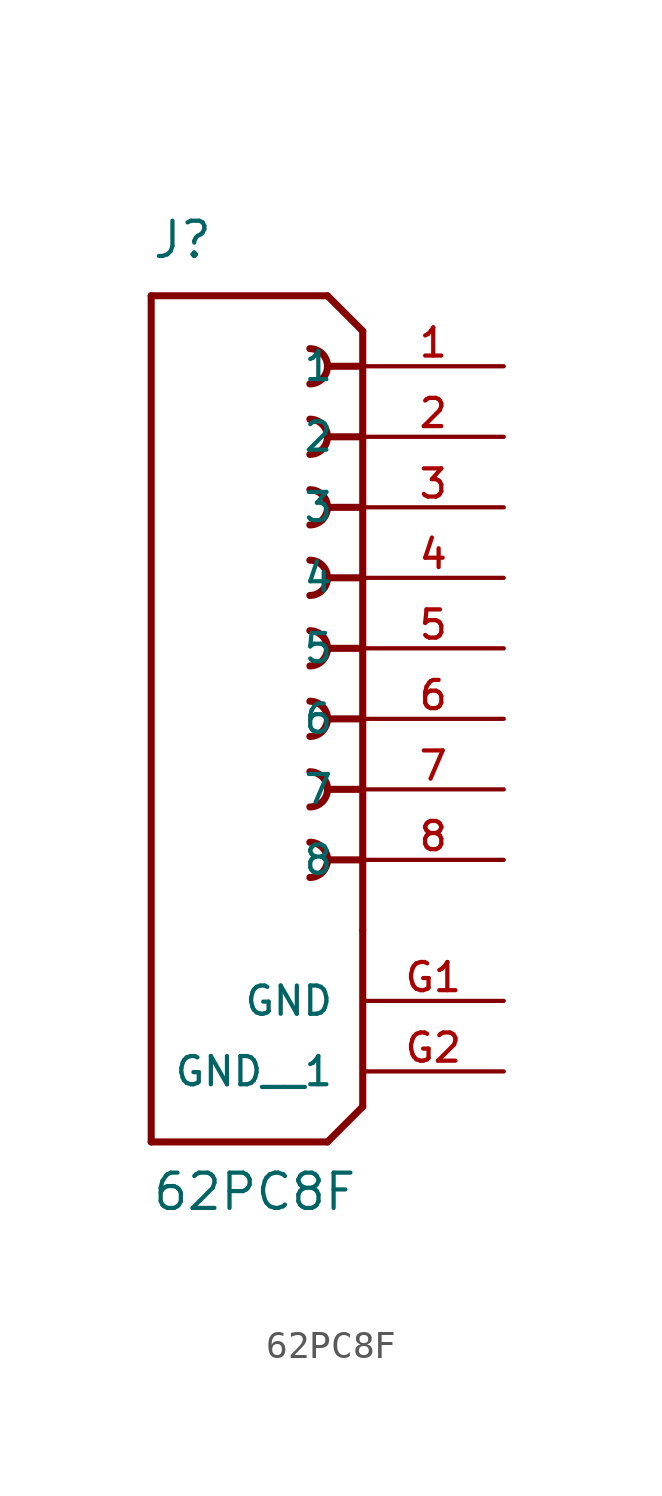
<source format=kicad_sym>
(kicad_symbol_lib
  (version 20211014)
  (generator kicad_symbol_editor)
  (symbol "62PC8F"
    (pin_names
      (offset 1.016))
    (property "Reference" "J"
      (at -7.62 13.97 0)
      (effects (font (size 1.27 1.27)) (justify bottom left)))
    (property "Value" "62PC8F"
      (at -7.62 -20.32 0)
      (effects (font (size 1.27 1.27)) (justify bottom left)))
    (symbol "62PC8F_0_0"
      (polyline (pts (xy 0.0 11.43) (xy -1.27 12.7)) (stroke (width 0.254)))
      (polyline (pts (xy 0.0 11.43) (xy 0.0 10.16)) (stroke (width 0.254)))
      (polyline (pts (xy 0.0 10.16) (xy 0.0 -5.08)) (stroke (width 0.254)))
      (polyline (pts (xy 0.0 -5.08) (xy 0.0 -7.62)) (stroke (width 0.254)))
      (polyline (pts (xy 0.0 -7.62) (xy 0.0 -10.16)) (stroke (width 0.254)))
      (polyline (pts (xy 0.0 -10.16) (xy 0.0 -16.51)) (stroke (width 0.254)))
      (polyline (pts (xy 0.0 -16.51) (xy -1.27 -17.78)) (stroke (width 0.254)))
      (polyline (pts (xy -1.27 -17.78) (xy -7.62 -17.78)) (stroke (width 0.254)))
      (polyline (pts (xy -7.62 -17.78) (xy -7.62 12.7)) (stroke (width 0.254)))
      (polyline (pts (xy -7.62 12.7) (xy -1.27 12.7)) (stroke (width 0.254)))
      (polyline (pts (xy 0.0 10.16) (xy -1.27 10.16)) (stroke (width 0.254)))
      (arc (start -1.905 9.525) (mid -1.27 10.16) (end -1.905 10.795) (stroke (width 0.254) (type default) (color 0 0 0 0)) (fill (type none)))
      (polyline (pts (xy 0.0 7.62) (xy -1.27 7.62)) (stroke (width 0.254)))
      (arc (start -1.905 6.985) (mid -1.27 7.62) (end -1.905 8.255) (stroke (width 0.254) (type default) (color 0 0 0 0)) (fill (type none)))
      (polyline (pts (xy 0.0 5.08) (xy -1.27 5.08)) (stroke (width 0.254)))
      (arc (start -1.905 4.445) (mid -1.27 5.08) (end -1.905 5.715) (stroke (width 0.254) (type default) (color 0 0 0 0)) (fill (type none)))
      (polyline (pts (xy 0.0 2.54) (xy -1.27 2.54)) (stroke (width 0.254)))
      (arc (start -1.905 1.905) (mid -1.27 2.54) (end -1.905 3.175) (stroke (width 0.254) (type default) (color 0 0 0 0)) (fill (type none)))
      (polyline (pts (xy 0.0 0.0) (xy -1.27 0.0)) (stroke (width 0.254)))
      (arc (start -1.905 -0.635) (mid -1.27 0.0) (end -1.905 0.635) (stroke (width 0.254) (type default) (color 0 0 0 0)) (fill (type none)))
      (arc (start -1.27 -2.54) (mid -1.456 -2.091) (end -1.905 -1.905) (stroke (width 0.254) (type default) (color 0 0 0 0)) (fill (type none)))
      (arc (start -1.905 -3.175) (mid -1.456 -2.989) (end -1.27 -2.54) (stroke (width 0.254) (type default) (color 0 0 0 0)) (fill (type none)))
      (polyline (pts (xy 0.0 -2.54) (xy -1.27 -2.54)) (stroke (width 0.254)))
      (arc (start -1.905 -5.715) (mid -1.456 -5.529) (end -1.27 -5.08) (stroke (width 0.254) (type default) (color 0 0 0 0)) (fill (type none)))
      (arc (start -1.27 -5.08) (mid -1.456 -4.631) (end -1.905 -4.445) (stroke (width 0.254) (type default) (color 0 0 0 0)) (fill (type none)))
      (polyline (pts (xy 0.0 -5.08) (xy -1.27 -5.08)) (stroke (width 0.254)))
      (arc (start -1.905 -8.255) (mid -1.456 -8.069) (end -1.27 -7.62) (stroke (width 0.254) (type default) (color 0 0 0 0)) (fill (type none)))
      (arc (start -1.27 -7.62) (mid -1.456 -7.171) (end -1.905 -6.985) (stroke (width 0.254) (type default) (color 0 0 0 0)) (fill (type none)))
      (polyline (pts (xy 0.0 -7.62) (xy -1.27 -7.62)) (stroke (width 0.254)))
      (pin passive line (at 5.08 10.16 180.0) (length 5.08) (name "1" (effects (font (size 1.016 1.016)))) (number "1" (effects (font (size 1.016 1.016)))))
      (pin passive line (at 5.08 7.62 180.0) (length 5.08) (name "2" (effects (font (size 1.016 1.016)))) (number "2" (effects (font (size 1.016 1.016)))))
      (pin passive line (at 5.08 5.08 180.0) (length 5.08) (name "3" (effects (font (size 1.016 1.016)))) (number "3" (effects (font (size 1.016 1.016)))))
      (pin passive line (at 5.08 2.54 180.0) (length 5.08) (name "4" (effects (font (size 1.016 1.016)))) (number "4" (effects (font (size 1.016 1.016)))))
      (pin passive line (at 5.08 0.0 180.0) (length 5.08) (name "5" (effects (font (size 1.016 1.016)))) (number "5" (effects (font (size 1.016 1.016)))))
      (pin power_in line (at 5.08 -12.7 180.0) (length 5.08) (name "GND" (effects (font (size 1.016 1.016)))) (number "G1" (effects (font (size 1.016 1.016)))))
      (pin passive line (at 5.08 -2.54 180.0) (length 5.08) (name "6" (effects (font (size 1.016 1.016)))) (number "6" (effects (font (size 1.016 1.016)))))
      (pin passive line (at 5.08 -5.08 180.0) (length 5.08) (name "7" (effects (font (size 1.016 1.016)))) (number "7" (effects (font (size 1.016 1.016)))))
      (pin passive line (at 5.08 -7.62 180.0) (length 5.08) (name "8" (effects (font (size 1.016 1.016)))) (number "8" (effects (font (size 1.016 1.016)))))
      (pin power_in line (at 5.08 -15.24 180.0) (length 5.08) (name "GND__1" (effects (font (size 1.016 1.016)))) (number "G2" (effects (font (size 1.016 1.016))))))))
</source>
